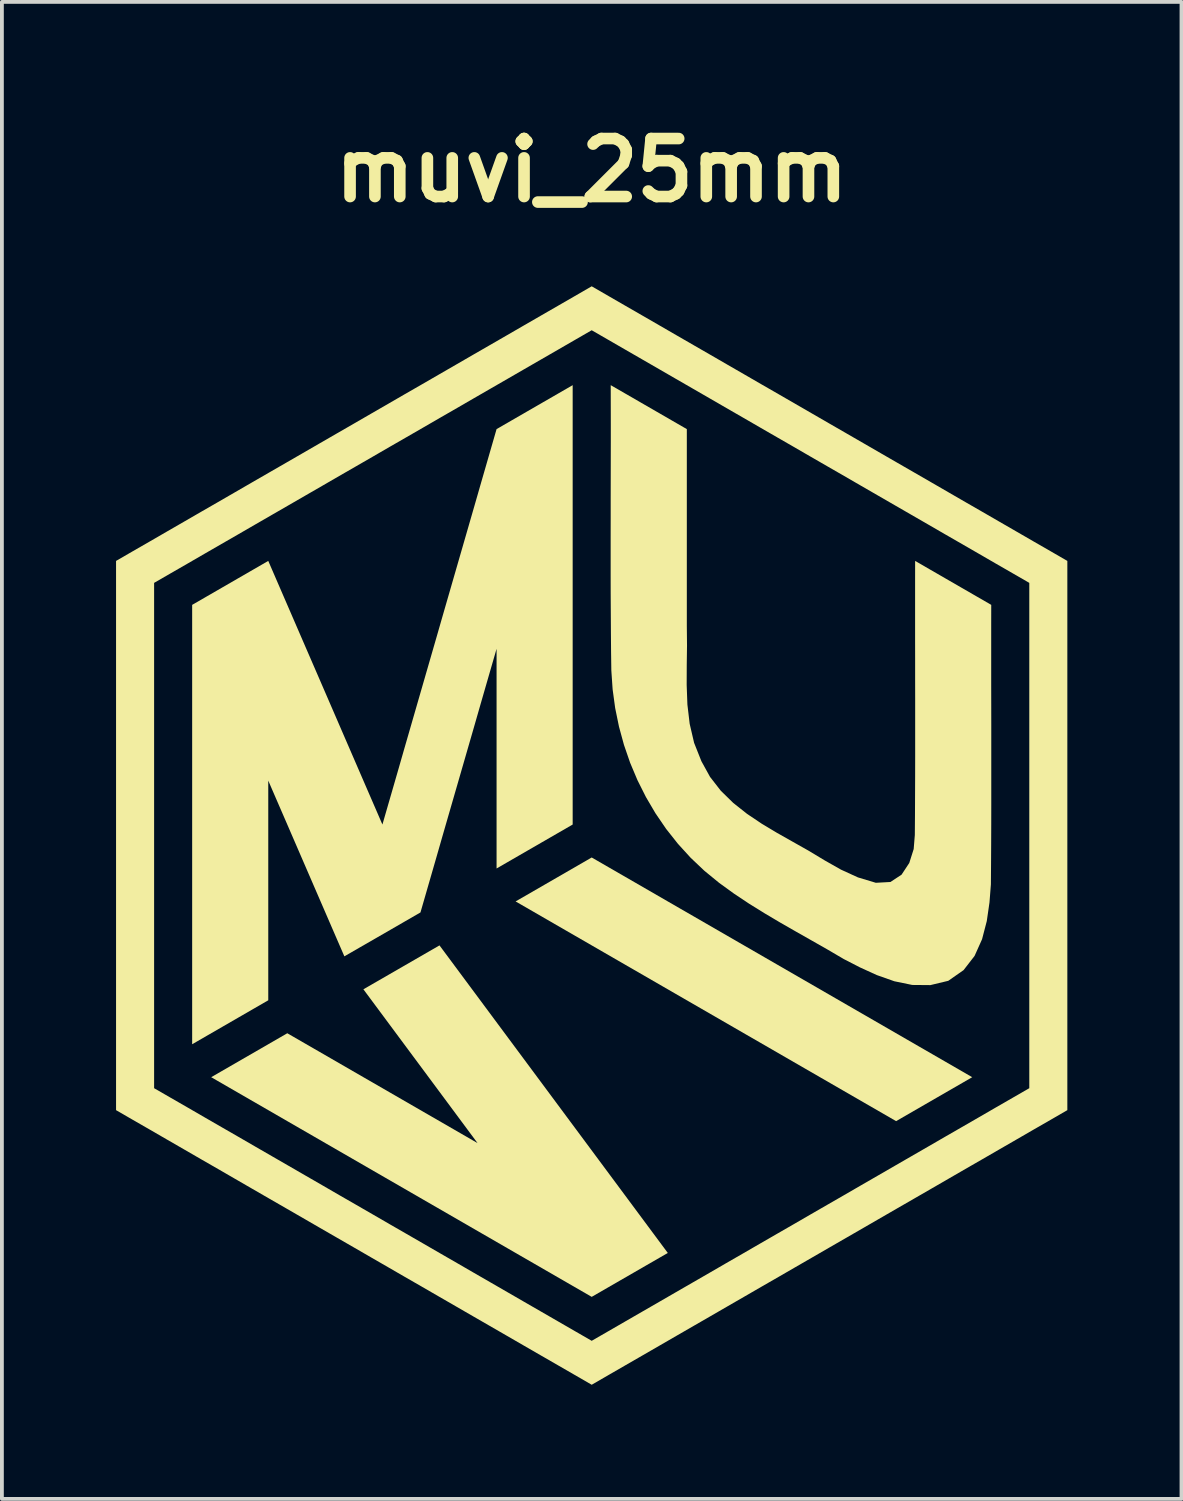
<source format=kicad_pcb>
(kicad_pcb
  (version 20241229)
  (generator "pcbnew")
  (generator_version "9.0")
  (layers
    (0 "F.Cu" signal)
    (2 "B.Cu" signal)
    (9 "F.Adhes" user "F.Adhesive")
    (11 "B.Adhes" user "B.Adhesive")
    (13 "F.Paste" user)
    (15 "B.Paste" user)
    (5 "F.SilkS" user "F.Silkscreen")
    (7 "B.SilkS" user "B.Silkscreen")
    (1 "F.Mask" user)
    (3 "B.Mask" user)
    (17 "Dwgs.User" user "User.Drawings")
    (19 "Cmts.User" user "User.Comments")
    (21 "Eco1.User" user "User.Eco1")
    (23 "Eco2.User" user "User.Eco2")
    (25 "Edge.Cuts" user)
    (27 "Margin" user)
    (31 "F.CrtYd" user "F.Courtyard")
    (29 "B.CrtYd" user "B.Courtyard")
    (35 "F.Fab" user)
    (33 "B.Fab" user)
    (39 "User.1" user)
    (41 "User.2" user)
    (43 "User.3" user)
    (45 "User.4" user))
  (footprint "muvi_25mm"
    (layer "F.Cu")
    (at 12.5 18.908)
    (property "Reference" "muvi_25mm" (at 0 -17.482 0) (layer "F.SilkS") (effects (font (size 1.524 1.524) (thickness 0.305))))
    (attr smd)
    (fp_poly (pts (xy -2 1.732) (xy 0 0.577) (xy 10 6.351) (xy 8 7.506) (xy -2 1.732)) (stroke (width 0) (type solid)) (fill yes) (layer "F.SilkS"))
    (fp_poly (pts (xy -10 6.351) (xy -8 5.196) (xy -3 8.083) (xy -6 4.041) (xy -4 2.887) (xy 2 10.97) (xy 0 12.124) (xy -10 6.351)) (stroke (width 0) (type solid)) (fill yes) (layer "F.SilkS"))
    (fp_poly (pts (xy 0.5 -11.836) (xy 0.501 -11.336) (xy 0.502 -10.836) (xy 0.502 -10.336) (xy 0.501 -9.837) (xy 0.5 -9.337) (xy 0.499 -8.837) (xy 0.499 -8.337) (xy 0.498 -7.837) (xy 0.498 -7.338) (xy 0.498 -6.838) (xy 0.499 -6.338) (xy 0.502 -5.838) (xy 0.505 -5.339) (xy 0.509 -4.839) (xy 0.516 -4.339) (xy 0.55 -3.842) (xy 0.617 -3.349) (xy 0.717 -2.862) (xy 0.848 -2.382) (xy 1.01 -1.912) (xy 1.203 -1.454) (xy 1.426 -1.01) (xy 1.677 -0.583) (xy 1.957 -0.173) (xy 2.265 0.216) (xy 2.6 0.584) (xy 2.961 0.926) (xy 3.348 1.243) (xy 3.737 1.525) (xy 4.136 1.791) (xy 4.544 2.044) (xy 4.957 2.289) (xy 5.374 2.528) (xy 5.792 2.765) (xy 6.21 3.003) (xy 6.624 3.246) (xy 7.047 3.464) (xy 7.492 3.667) (xy 7.954 3.83) (xy 8.425 3.927) (xy 8.9 3.931) (xy 9.371 3.818) (xy 9.773 3.537) (xy 10.062 3.164) (xy 10.259 2.725) (xy 10.383 2.248) (xy 10.454 1.758) (xy 10.491 1.284) (xy 10.495 0.759) (xy 10.498 0.234) (xy 10.5 -0.29) (xy 10.501 -0.815) (xy 10.501 -1.34) (xy 10.501 -1.864) (xy 10.501 -2.389) (xy 10.501 -2.914) (xy 10.5 -3.439) (xy 10.499 -3.963) (xy 10.499 -4.488) (xy 10.499 -5.013) (xy 10.499 -5.537) (xy 10.5 -6.062) (xy 10.1 -6.293) (xy 9.7 -6.524) (xy 9.3 -6.755) (xy 8.9 -6.986) (xy 8.5 -7.217) (xy 8.499 -6.702) (xy 8.499 -6.188) (xy 8.499 -5.673) (xy 8.499 -5.159) (xy 8.5 -4.644) (xy 8.5 -4.13) (xy 8.501 -3.615) (xy 8.501 -3.101) (xy 8.501 -2.586) (xy 8.501 -2.072) (xy 8.5 -1.557) (xy 8.498 -1.042) (xy 8.496 -0.528) (xy 8.492 -0.014) (xy 8.462 0.355) (xy 8.346 0.721) (xy 8.143 1.029) (xy 7.85 1.221) (xy 7.467 1.242) (xy 6.996 1.1) (xy 6.551 0.896) (xy 6.122 0.653) (xy 5.699 0.398) (xy 5.27 0.156) (xy 4.868 -0.071) (xy 4.468 -0.311) (xy 4.082 -0.57) (xy 3.72 -0.857) (xy 3.392 -1.178) (xy 3.11 -1.541) (xy 2.883 -1.953) (xy 2.691 -2.437) (xy 2.575 -2.935) (xy 2.515 -3.443) (xy 2.496 -3.959) (xy 2.498 -4.477) (xy 2.505 -4.995) (xy 2.5 -5.509) (xy 2.5 -6.026) (xy 2.5 -6.543) (xy 2.5 -7.061) (xy 2.5 -7.578) (xy 2.5 -8.095) (xy 2.5 -8.612) (xy 2.5 -9.129) (xy 2.5 -9.647) (xy 2.5 -10.164) (xy 2.5 -10.681) (xy 2.1 -10.912) (xy 1.7 -11.143) (xy 1.3 -11.374) (xy 0.9 -11.605) (xy 0.5 -11.836) (xy 0.5 -11.836)) (stroke (width 0) (type solid)) (fill yes) (layer "F.SilkS"))
    (fp_poly (pts (xy -10.5 5.485) (xy -10.5 4.96) (xy -10.5 4.435) (xy -10.5 3.91) (xy -10.5 3.385) (xy -10.5 2.861) (xy -10.5 2.336) (xy -10.5 1.811) (xy -10.5 1.286) (xy -10.5 0.761) (xy -10.5 0.236) (xy -10.5 -0.289) (xy -10.5 -0.814) (xy -10.5 -1.338) (xy -10.5 -1.863) (xy -10.5 -2.388) (xy -10.5 -2.913) (xy -10.5 -3.438) (xy -10.5 -3.963) (xy -10.5 -4.488) (xy -10.5 -5.012) (xy -10.5 -5.537) (xy -10.5 -6.062) (xy -10.1 -6.293) (xy -9.7 -6.524) (xy -9.3 -6.755) (xy -8.9 -6.986) (xy -8.5 -7.217) (xy -8.3 -6.755) (xy -8.1 -6.293) (xy -7.9 -5.831) (xy -7.7 -5.369) (xy -7.5 -4.907) (xy -7.3 -4.446) (xy -7.1 -3.984) (xy -6.9 -3.522) (xy -6.7 -3.06) (xy -6.5 -2.598) (xy -6.3 -2.136) (xy -6.1 -1.674) (xy -5.9 -1.212) (xy -5.7 -0.751) (xy -5.5 -0.289) (xy -5.357 -0.784) (xy -5.214 -1.278) (xy -5.071 -1.773) (xy -4.929 -2.268) (xy -4.786 -2.763) (xy -4.643 -3.258) (xy -4.5 -3.753) (xy -4.357 -4.248) (xy -4.214 -4.743) (xy -4.071 -5.237) (xy -3.929 -5.732) (xy -3.786 -6.227) (xy -3.643 -6.722) (xy -3.5 -7.217) (xy -3.357 -7.712) (xy -3.214 -8.207) (xy -3.071 -8.702) (xy -2.929 -9.196) (xy -2.786 -9.691) (xy -2.643 -10.186) (xy -2.5 -10.681) (xy -2.1 -10.912) (xy -1.7 -11.143) (xy -1.3 -11.374) (xy -0.9 -11.605) (xy -0.5 -11.836) (xy -0.5 -11.311) (xy -0.5 -10.786) (xy -0.5 -10.261) (xy -0.5 -9.736) (xy -0.5 -9.211) (xy -0.5 -8.687) (xy -0.5 -8.162) (xy -0.5 -7.637) (xy -0.5 -7.112) (xy -0.5 -6.587) (xy -0.5 -6.062) (xy -0.5 -5.537) (xy -0.5 -5.012) (xy -0.5 -4.488) (xy -0.5 -3.963) (xy -0.5 -3.438) (xy -0.5 -2.913) (xy -0.5 -2.388) (xy -0.5 -1.863) (xy -0.5 -1.338) (xy -0.5 -0.814) (xy -0.5 -0.289) (xy -0.9 -0.058) (xy -1.3 0.173) (xy -1.7 0.404) (xy -2.1 0.635) (xy -2.5 0.866) (xy -2.5 0.341) (xy -2.5 -0.184) (xy -2.5 -0.709) (xy -2.5 -1.233) (xy -2.5 -1.758) (xy -2.5 -2.283) (xy -2.5 -2.808) (xy -2.5 -3.333) (xy -2.5 -3.858) (xy -2.5 -4.383) (xy -2.5 -4.907) (xy -2.643 -4.413) (xy -2.786 -3.918) (xy -2.929 -3.423) (xy -3.071 -2.928) (xy -3.214 -2.433) (xy -3.357 -1.938) (xy -3.5 -1.443) (xy -3.643 -0.949) (xy -3.786 -0.454) (xy -3.929 0.041) (xy -4.071 0.536) (xy -4.214 1.031) (xy -4.357 1.526) (xy -4.5 2.021) (xy -4.9 2.252) (xy -5.3 2.483) (xy -5.7 2.714) (xy -6.1 2.944) (xy -6.5 3.175) (xy -6.7 2.714) (xy -6.9 2.252) (xy -7.1 1.79) (xy -7.3 1.328) (xy -7.5 0.866) (xy -7.7 0.404) (xy -7.9 -0.058) (xy -8.1 -0.52) (xy -8.3 -0.981) (xy -8.5 -1.443) (xy -8.5 -0.919) (xy -8.5 -0.394) (xy -8.5 0.131) (xy -8.5 0.656) (xy -8.5 1.181) (xy -8.5 1.706) (xy -8.5 2.231) (xy -8.5 2.756) (xy -8.5 3.28) (xy -8.5 3.805) (xy -8.5 4.33) (xy -8.9 4.561) (xy -9.3 4.792) (xy -9.7 5.023) (xy -10.1 5.254) (xy -10.5 5.485)) (stroke (width 0) (type solid)) (fill yes) (layer "F.SilkS"))
    (fp_poly (pts (xy 0 -14.434) (xy 0 -13.279) (xy 0.442 -13.024) (xy 0.885 -12.768) (xy 1.327 -12.513) (xy 1.769 -12.258) (xy 2.212 -12.002) (xy 2.654 -11.747) (xy 3.096 -11.492) (xy 3.538 -11.236) (xy 3.981 -10.981) (xy 4.423 -10.725) (xy 4.865 -10.47) (xy 5.308 -10.215) (xy 5.75 -9.959) (xy 6.192 -9.704) (xy 6.635 -9.449) (xy 7.077 -9.193) (xy 7.519 -8.938) (xy 7.962 -8.682) (xy 8.404 -8.427) (xy 8.846 -8.172) (xy 9.288 -7.916) (xy 9.731 -7.661) (xy 10.173 -7.406) (xy 10.615 -7.15) (xy 11.058 -6.895) (xy 11.5 -6.64) (xy 11.5 -6.129) (xy 11.5 -5.618) (xy 11.5 -5.107) (xy 11.5 -4.597) (xy 11.5 -4.086) (xy 11.5 -3.575) (xy 11.5 -3.064) (xy 11.5 -2.554) (xy 11.5 -2.043) (xy 11.5 -1.532) (xy 11.5 -1.021) (xy 11.5 -0.511) (xy 11.5 0) (xy 11.5 0.511) (xy 11.5 1.021) (xy 11.5 1.532) (xy 11.5 2.043) (xy 11.5 2.554) (xy 11.5 3.064) (xy 11.5 3.575) (xy 11.5 4.086) (xy 11.5 4.597) (xy 11.5 5.107) (xy 11.5 5.618) (xy 11.5 6.129) (xy 11.5 6.64) (xy 11.058 6.895) (xy 10.615 7.15) (xy 10.173 7.406) (xy 9.731 7.661) (xy 9.288 7.916) (xy 8.846 8.172) (xy 8.404 8.427) (xy 7.962 8.682) (xy 7.519 8.938) (xy 7.077 9.193) (xy 6.635 9.449) (xy 6.192 9.704) (xy 5.75 9.959) (xy 5.308 10.215) (xy 4.865 10.47) (xy 4.423 10.725) (xy 3.981 10.981) (xy 3.538 11.236) (xy 3.096 11.492) (xy 2.654 11.747) (xy 2.212 12.002) (xy 1.769 12.258) (xy 1.327 12.513) (xy 0.885 12.768) (xy 0.442 13.024) (xy 0 13.279) (xy -0.442 13.024) (xy -0.885 12.768) (xy -1.327 12.513) (xy -1.769 12.258) (xy -2.212 12.002) (xy -2.654 11.747) (xy -3.096 11.492) (xy -3.538 11.236) (xy -3.981 10.981) (xy -4.423 10.725) (xy -4.865 10.47) (xy -5.308 10.215) (xy -5.75 9.959) (xy -6.192 9.704) (xy -6.635 9.449) (xy -7.077 9.193) (xy -7.519 8.938) (xy -7.962 8.682) (xy -8.404 8.427) (xy -8.846 8.172) (xy -9.288 7.916) (xy -9.731 7.661) (xy -10.173 7.406) (xy -10.615 7.15) (xy -11.058 6.895) (xy -11.5 6.64) (xy -11.5 6.129) (xy -11.5 5.618) (xy -11.5 5.107) (xy -11.5 4.597) (xy -11.5 4.086) (xy -11.5 3.575) (xy -11.5 3.064) (xy -11.5 2.554) (xy -11.5 2.043) (xy -11.5 1.532) (xy -11.5 1.021) (xy -11.5 0.511) (xy -11.5 0) (xy -11.5 -0.511) (xy -11.5 -1.021) (xy -11.5 -1.532) (xy -11.5 -2.043) (xy -11.5 -2.554) (xy -11.5 -3.064) (xy -11.5 -3.575) (xy -11.5 -4.086) (xy -11.5 -4.597) (xy -11.5 -5.107) (xy -11.5 -5.618) (xy -11.5 -6.129) (xy -11.5 -6.64) (xy -11.058 -6.895) (xy -10.615 -7.15) (xy -10.173 -7.406) (xy -9.731 -7.661) (xy -9.288 -7.916) (xy -8.846 -8.172) (xy -8.404 -8.427) (xy -7.962 -8.682) (xy -7.519 -8.938) (xy -7.077 -9.193) (xy -6.635 -9.449) (xy -6.192 -9.704) (xy -5.75 -9.959) (xy -5.308 -10.215) (xy -4.865 -10.47) (xy -4.423 -10.725) (xy -3.981 -10.981) (xy -3.538 -11.236) (xy -3.096 -11.492) (xy -2.654 -11.747) (xy -2.212 -12.002) (xy -1.769 -12.258) (xy -1.327 -12.513) (xy -0.885 -12.768) (xy -0.442 -13.024) (xy 0 -13.279) (xy 0 -14.434) (xy -0.446 -14.176) (xy -0.893 -13.918) (xy -1.339 -13.661) (xy -1.786 -13.403) (xy -2.232 -13.145) (xy -2.679 -12.887) (xy -3.125 -12.63) (xy -3.571 -12.372) (xy -4.018 -12.114) (xy -4.464 -11.856) (xy -4.911 -11.599) (xy -5.357 -11.341) (xy -5.804 -11.083) (xy -6.25 -10.825) (xy -6.696 -10.568) (xy -7.143 -10.31) (xy -7.589 -10.052) (xy -8.036 -9.794) (xy -8.482 -9.537) (xy -8.929 -9.279) (xy -9.375 -9.021) (xy -9.821 -8.763) (xy -10.268 -8.506) (xy -10.714 -8.248) (xy -11.161 -7.99) (xy -11.607 -7.732) (xy -12.054 -7.475) (xy -12.5 -7.217) (xy -12.5 -6.701) (xy -12.5 -6.186) (xy -12.5 -5.67) (xy -12.5 -5.155) (xy -12.5 -4.639) (xy -12.5 -4.124) (xy -12.5 -3.608) (xy -12.5 -3.093) (xy -12.5 -2.577) (xy -12.5 -2.062) (xy -12.5 -1.546) (xy -12.5 -1.031) (xy -12.5 -0.515) (xy -12.5 0) (xy -12.5 0.515) (xy -12.5 1.031) (xy -12.5 1.546) (xy -12.5 2.062) (xy -12.5 2.577) (xy -12.5 3.093) (xy -12.5 3.608) (xy -12.5 4.124) (xy -12.5 4.639) (xy -12.5 5.155) (xy -12.5 5.67) (xy -12.5 6.186) (xy -12.5 6.701) (xy -12.5 7.217) (xy -12.054 7.475) (xy -11.607 7.732) (xy -11.161 7.99) (xy -10.714 8.248) (xy -10.268 8.506) (xy -9.821 8.763) (xy -9.375 9.021) (xy -8.929 9.279) (xy -8.482 9.537) (xy -8.036 9.794) (xy -7.589 10.052) (xy -7.143 10.31) (xy -6.696 10.568) (xy -6.25 10.825) (xy -5.804 11.083) (xy -5.357 11.341) (xy -4.911 11.599) (xy -4.464 11.856) (xy -4.018 12.114) (xy -3.571 12.372) (xy -3.125 12.63) (xy -2.679 12.887) (xy -2.232 13.145) (xy -1.786 13.403) (xy -1.339 13.661) (xy -0.893 13.918) (xy -0.446 14.176) (xy 0 14.434) (xy 0.446 14.176) (xy 0.893 13.918) (xy 1.339 13.661) (xy 1.786 13.403) (xy 2.232 13.145) (xy 2.679 12.887) (xy 3.125 12.63) (xy 3.571 12.372) (xy 4.018 12.114) (xy 4.464 11.856) (xy 4.911 11.599) (xy 5.357 11.341) (xy 5.804 11.083) (xy 6.25 10.825) (xy 6.696 10.568) (xy 7.143 10.31) (xy 7.589 10.052) (xy 8.036 9.794) (xy 8.482 9.537) (xy 8.929 9.279) (xy 9.375 9.021) (xy 9.821 8.763) (xy 10.268 8.506) (xy 10.714 8.248) (xy 11.161 7.99) (xy 11.607 7.732) (xy 12.054 7.475) (xy 12.5 7.217) (xy 12.5 6.701) (xy 12.5 6.186) (xy 12.5 5.67) (xy 12.5 5.155) (xy 12.5 4.639) (xy 12.5 4.124) (xy 12.5 3.608) (xy 12.5 3.093) (xy 12.5 2.577) (xy 12.5 2.062) (xy 12.5 1.546) (xy 12.5 1.031) (xy 12.5 0.515) (xy 12.5 0) (xy 12.5 -0.515) (xy 12.5 -1.031) (xy 12.5 -1.546) (xy 12.5 -2.062) (xy 12.5 -2.577) (xy 12.5 -3.093) (xy 12.5 -3.608) (xy 12.5 -4.124) (xy 12.5 -4.639) (xy 12.5 -5.155) (xy 12.5 -5.67) (xy 12.5 -6.186) (xy 12.5 -6.701) (xy 12.5 -7.217) (xy 12.054 -7.475) (xy 11.607 -7.732) (xy 11.161 -7.99) (xy 10.714 -8.248) (xy 10.268 -8.506) (xy 9.821 -8.763) (xy 9.375 -9.021) (xy 8.929 -9.279) (xy 8.482 -9.537) (xy 8.036 -9.794) (xy 7.589 -10.052) (xy 7.143 -10.31) (xy 6.696 -10.568) (xy 6.25 -10.825) (xy 5.804 -11.083) (xy 5.357 -11.341) (xy 4.911 -11.599) (xy 4.464 -11.856) (xy 4.018 -12.114) (xy 3.571 -12.372) (xy 3.125 -12.63) (xy 2.679 -12.887) (xy 2.232 -13.145) (xy 1.786 -13.403) (xy 1.339 -13.661) (xy 0.893 -13.918) (xy 0.446 -14.176) (xy 0 -14.434)) (stroke (width 0) (type solid)) (fill yes) (layer "F.SilkS")))
  (gr_rect
    (start -3 -3)
    (end 28 36.342)
    (stroke (width 0.1) (type default))
    (fill no)
    (layer "Edge.Cuts")))
</source>
